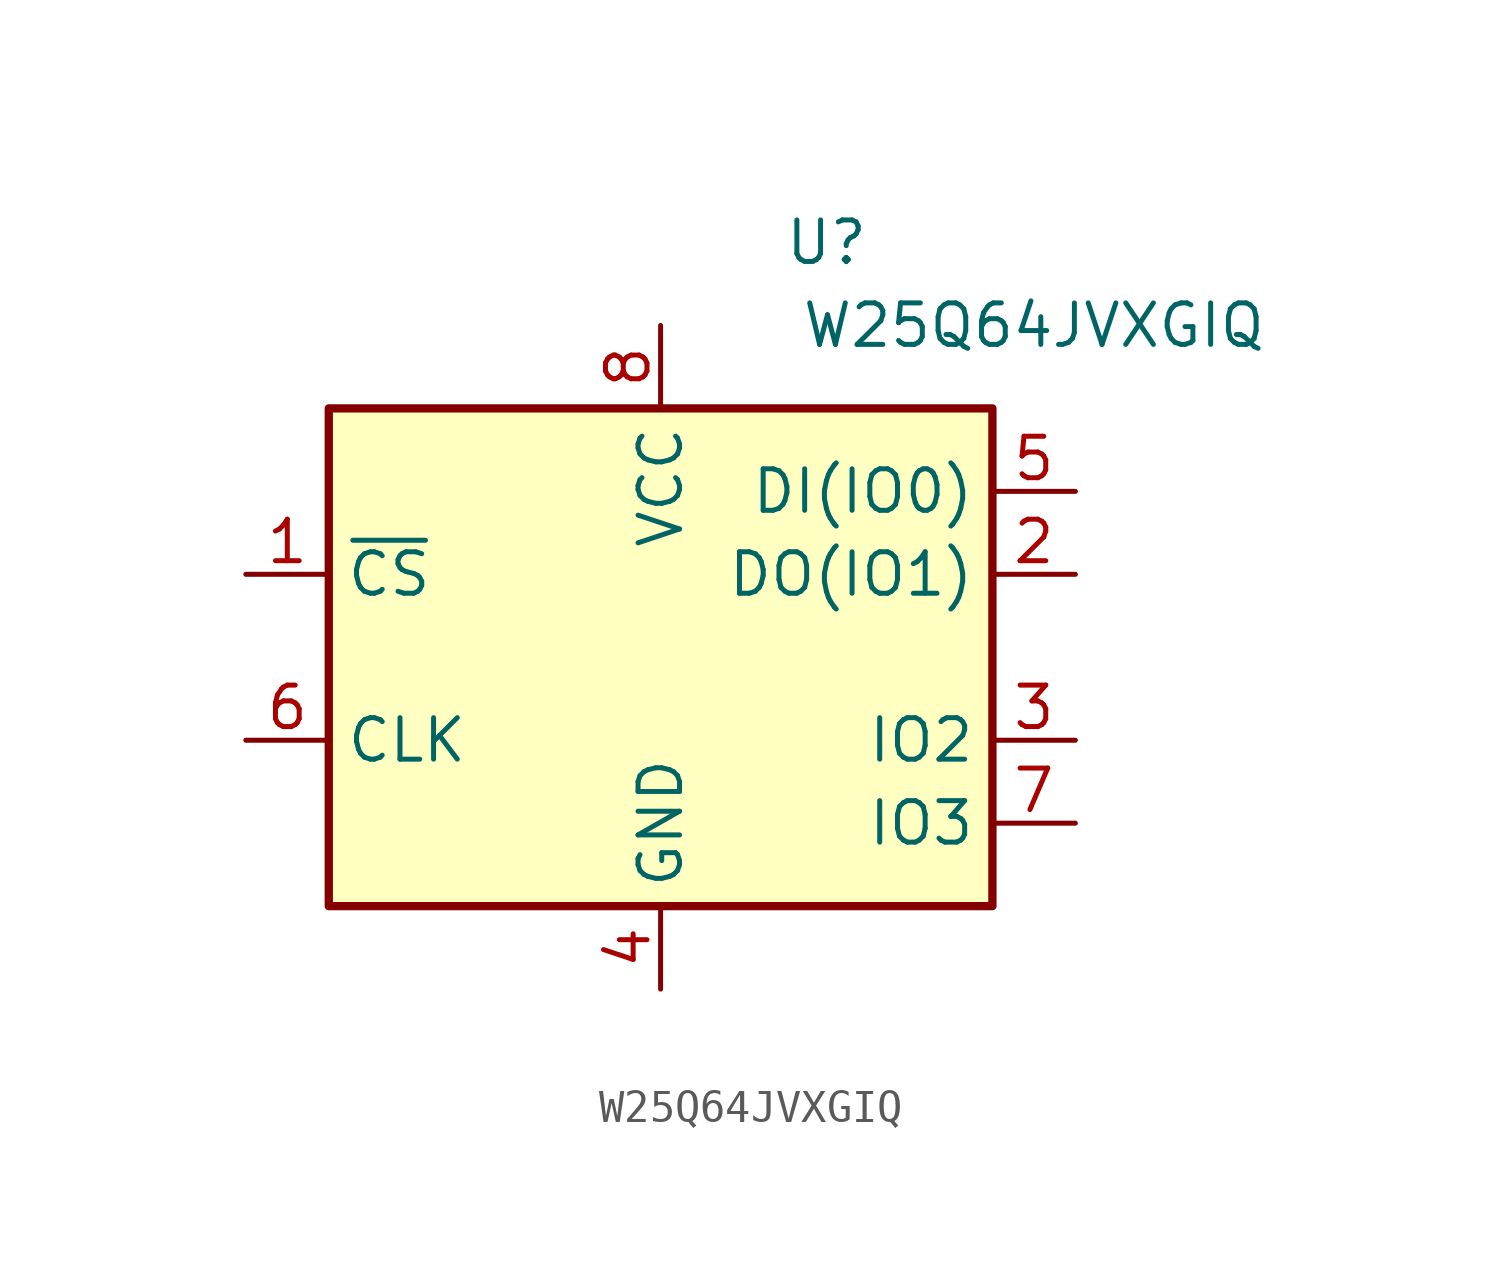
<source format=kicad_sym>
(kicad_symbol_lib
  (version 20211014)
  (generator kicad_symbol_editor)
  (symbol "W25Q64JVXGIQ"
    (property "Reference" "U"
      (at 5.08 12.7 0)
      (effects (font (size 1.27 1.27))))
    (property "Value" "W25Q64JVXGIQ"
      (at 11.43 10.16 0)
      (effects (font (size 1.27 1.27))))
    (symbol "W25Q64JVXGIQ_0_0"
      (pin no_connect non_logic (at 2.54 -10.16 90) (length 2.54) hide (name "NC" (effects (font (size 1.27 1.27)))) (number "9" (effects (font (size 1.27 1.27))))))
    (symbol "W25Q64JVXGIQ_0_1"
      (rectangle (start -10.16 7.62) (end 10.16 -7.62) (stroke (width 0.254) (type default) (color 0 0 0 0)) (fill (type background))))
    (symbol "W25Q64JVXGIQ_1_1"
      (pin input line (at -12.7 2.54 0) (length 2.54) (name "~{CS}" (effects (font (size 1.27 1.27)))) (number "1" (effects (font (size 1.27 1.27)))))
      (pin bidirectional line (at 12.7 2.54 180) (length 2.54) (name "DO(IO1)" (effects (font (size 1.27 1.27)))) (number "2" (effects (font (size 1.27 1.27)))))
      (pin bidirectional line (at 12.7 -2.54 180) (length 2.54) (name "IO2" (effects (font (size 1.27 1.27)))) (number "3" (effects (font (size 1.27 1.27)))))
      (pin power_in line (at 0 -10.16 90) (length 2.54) (name "GND" (effects (font (size 1.27 1.27)))) (number "4" (effects (font (size 1.27 1.27)))))
      (pin bidirectional line (at 12.7 5.08 180) (length 2.54) (name "DI(IO0)" (effects (font (size 1.27 1.27)))) (number "5" (effects (font (size 1.27 1.27)))))
      (pin input line (at -12.7 -2.54 0) (length 2.54) (name "CLK" (effects (font (size 1.27 1.27)))) (number "6" (effects (font (size 1.27 1.27)))))
      (pin bidirectional line (at 12.7 -5.08 180) (length 2.54) (name "IO3" (effects (font (size 1.27 1.27)))) (number "7" (effects (font (size 1.27 1.27)))))
      (pin power_in line (at 0 10.16 270) (length 2.54) (name "VCC" (effects (font (size 1.27 1.27)))) (number "8" (effects (font (size 1.27 1.27))))))))
</source>
